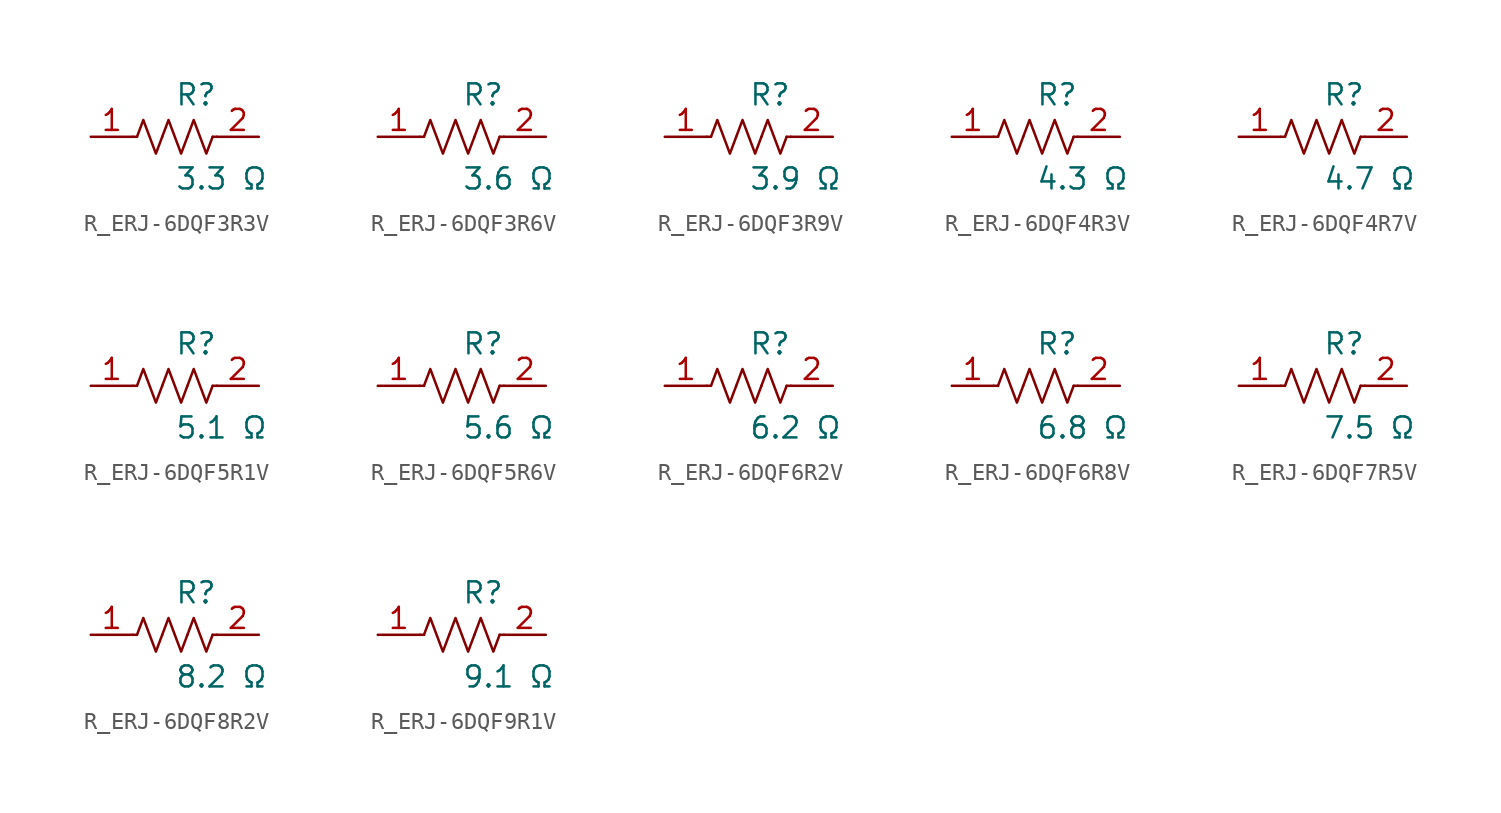
<source format=kicad_sym>
(kicad_symbol_lib
  (version 20231120)
  (generator kicad_symbol_editor)
  (generator_version 8.0)
  (symbol "R_ERJ-6DQF3R3V"
    (pin_names
      (offset 0.254))
    (property "Reference" "R"
      (at 0 2.54 0)
      (effects (font (size 1.27 1.27)) (justify left)))
    (property "Value" "3.3 Ω"
      (at 0 -2.54 0)
      (effects (font (size 1.27 1.27)) (justify left)))
    (symbol "R_ERJ-6DQF3R3V_0_1"
      (polyline (pts (xy 2.286 0) (xy 2.54 0)) (stroke (width 0) (type default)) (fill (type none)))
      (polyline (pts (xy -2.286 0) (xy -2.54 0)) (stroke (width 0) (type default)) (fill (type none)))
      (polyline (pts (xy 0.762 0) (xy 1.143 1.016) (xy 1.524 0) (xy 1.905 -1.016) (xy 2.286 0)) (stroke (width 0) (type default)) (fill (type none)))
      (polyline (pts (xy -0.762 0) (xy -0.381 1.016) (xy 0 0) (xy 0.381 -1.016) (xy 0.762 0)) (stroke (width 0) (type default)) (fill (type none)))
      (polyline (pts (xy -2.286 0) (xy -1.905 1.016) (xy -1.524 0) (xy -1.143 -1.016) (xy -0.762 0)) (stroke (width 0) (type default)) (fill (type none))))
    (pin passive line
      (at -5.08 0 0)
      (length 2.54)
      (name "" (effects (font (size 1.27 1.27))))
      (number "1" (effects (font (size 1.27 1.27)))))
    (pin passive line
      (at 5.08 0 180)
      (length 2.54)
      (name "" (effects (font (size 1.27 1.27))))
      (number "2" (effects (font (size 1.27 1.27))))))
  (symbol "R_ERJ-6DQF3R6V"
    (pin_names
      (offset 0.254))
    (property "Reference" "R"
      (at 0 2.54 0)
      (effects (font (size 1.27 1.27)) (justify left)))
    (property "Value" "3.6 Ω"
      (at 0 -2.54 0)
      (effects (font (size 1.27 1.27)) (justify left)))
    (symbol "R_ERJ-6DQF3R6V_0_1"
      (polyline (pts (xy 2.286 0) (xy 2.54 0)) (stroke (width 0) (type default)) (fill (type none)))
      (polyline (pts (xy -2.286 0) (xy -2.54 0)) (stroke (width 0) (type default)) (fill (type none)))
      (polyline (pts (xy 0.762 0) (xy 1.143 1.016) (xy 1.524 0) (xy 1.905 -1.016) (xy 2.286 0)) (stroke (width 0) (type default)) (fill (type none)))
      (polyline (pts (xy -0.762 0) (xy -0.381 1.016) (xy 0 0) (xy 0.381 -1.016) (xy 0.762 0)) (stroke (width 0) (type default)) (fill (type none)))
      (polyline (pts (xy -2.286 0) (xy -1.905 1.016) (xy -1.524 0) (xy -1.143 -1.016) (xy -0.762 0)) (stroke (width 0) (type default)) (fill (type none))))
    (pin passive line
      (at -5.08 0 0)
      (length 2.54)
      (name "" (effects (font (size 1.27 1.27))))
      (number "1" (effects (font (size 1.27 1.27)))))
    (pin passive line
      (at 5.08 0 180)
      (length 2.54)
      (name "" (effects (font (size 1.27 1.27))))
      (number "2" (effects (font (size 1.27 1.27))))))
  (symbol "R_ERJ-6DQF3R9V"
    (pin_names
      (offset 0.254))
    (property "Reference" "R"
      (at 0 2.54 0)
      (effects (font (size 1.27 1.27)) (justify left)))
    (property "Value" "3.9 Ω"
      (at 0 -2.54 0)
      (effects (font (size 1.27 1.27)) (justify left)))
    (symbol "R_ERJ-6DQF3R9V_0_1"
      (polyline (pts (xy 2.286 0) (xy 2.54 0)) (stroke (width 0) (type default)) (fill (type none)))
      (polyline (pts (xy -2.286 0) (xy -2.54 0)) (stroke (width 0) (type default)) (fill (type none)))
      (polyline (pts (xy 0.762 0) (xy 1.143 1.016) (xy 1.524 0) (xy 1.905 -1.016) (xy 2.286 0)) (stroke (width 0) (type default)) (fill (type none)))
      (polyline (pts (xy -0.762 0) (xy -0.381 1.016) (xy 0 0) (xy 0.381 -1.016) (xy 0.762 0)) (stroke (width 0) (type default)) (fill (type none)))
      (polyline (pts (xy -2.286 0) (xy -1.905 1.016) (xy -1.524 0) (xy -1.143 -1.016) (xy -0.762 0)) (stroke (width 0) (type default)) (fill (type none))))
    (pin passive line
      (at -5.08 0 0)
      (length 2.54)
      (name "" (effects (font (size 1.27 1.27))))
      (number "1" (effects (font (size 1.27 1.27)))))
    (pin passive line
      (at 5.08 0 180)
      (length 2.54)
      (name "" (effects (font (size 1.27 1.27))))
      (number "2" (effects (font (size 1.27 1.27))))))
  (symbol "R_ERJ-6DQF4R3V"
    (pin_names
      (offset 0.254))
    (property "Reference" "R"
      (at 0 2.54 0)
      (effects (font (size 1.27 1.27)) (justify left)))
    (property "Value" "4.3 Ω"
      (at 0 -2.54 0)
      (effects (font (size 1.27 1.27)) (justify left)))
    (symbol "R_ERJ-6DQF4R3V_0_1"
      (polyline (pts (xy 2.286 0) (xy 2.54 0)) (stroke (width 0) (type default)) (fill (type none)))
      (polyline (pts (xy -2.286 0) (xy -2.54 0)) (stroke (width 0) (type default)) (fill (type none)))
      (polyline (pts (xy 0.762 0) (xy 1.143 1.016) (xy 1.524 0) (xy 1.905 -1.016) (xy 2.286 0)) (stroke (width 0) (type default)) (fill (type none)))
      (polyline (pts (xy -0.762 0) (xy -0.381 1.016) (xy 0 0) (xy 0.381 -1.016) (xy 0.762 0)) (stroke (width 0) (type default)) (fill (type none)))
      (polyline (pts (xy -2.286 0) (xy -1.905 1.016) (xy -1.524 0) (xy -1.143 -1.016) (xy -0.762 0)) (stroke (width 0) (type default)) (fill (type none))))
    (pin passive line
      (at -5.08 0 0)
      (length 2.54)
      (name "" (effects (font (size 1.27 1.27))))
      (number "1" (effects (font (size 1.27 1.27)))))
    (pin passive line
      (at 5.08 0 180)
      (length 2.54)
      (name "" (effects (font (size 1.27 1.27))))
      (number "2" (effects (font (size 1.27 1.27))))))
  (symbol "R_ERJ-6DQF4R7V"
    (pin_names
      (offset 0.254))
    (property "Reference" "R"
      (at 0 2.54 0)
      (effects (font (size 1.27 1.27)) (justify left)))
    (property "Value" "4.7 Ω"
      (at 0 -2.54 0)
      (effects (font (size 1.27 1.27)) (justify left)))
    (symbol "R_ERJ-6DQF4R7V_0_1"
      (polyline (pts (xy 2.286 0) (xy 2.54 0)) (stroke (width 0) (type default)) (fill (type none)))
      (polyline (pts (xy -2.286 0) (xy -2.54 0)) (stroke (width 0) (type default)) (fill (type none)))
      (polyline (pts (xy 0.762 0) (xy 1.143 1.016) (xy 1.524 0) (xy 1.905 -1.016) (xy 2.286 0)) (stroke (width 0) (type default)) (fill (type none)))
      (polyline (pts (xy -0.762 0) (xy -0.381 1.016) (xy 0 0) (xy 0.381 -1.016) (xy 0.762 0)) (stroke (width 0) (type default)) (fill (type none)))
      (polyline (pts (xy -2.286 0) (xy -1.905 1.016) (xy -1.524 0) (xy -1.143 -1.016) (xy -0.762 0)) (stroke (width 0) (type default)) (fill (type none))))
    (pin passive line
      (at -5.08 0 0)
      (length 2.54)
      (name "" (effects (font (size 1.27 1.27))))
      (number "1" (effects (font (size 1.27 1.27)))))
    (pin passive line
      (at 5.08 0 180)
      (length 2.54)
      (name "" (effects (font (size 1.27 1.27))))
      (number "2" (effects (font (size 1.27 1.27))))))
  (symbol "R_ERJ-6DQF5R1V"
    (pin_names
      (offset 0.254))
    (property "Reference" "R"
      (at 0 2.54 0)
      (effects (font (size 1.27 1.27)) (justify left)))
    (property "Value" "5.1 Ω"
      (at 0 -2.54 0)
      (effects (font (size 1.27 1.27)) (justify left)))
    (symbol "R_ERJ-6DQF5R1V_0_1"
      (polyline (pts (xy 2.286 0) (xy 2.54 0)) (stroke (width 0) (type default)) (fill (type none)))
      (polyline (pts (xy -2.286 0) (xy -2.54 0)) (stroke (width 0) (type default)) (fill (type none)))
      (polyline (pts (xy 0.762 0) (xy 1.143 1.016) (xy 1.524 0) (xy 1.905 -1.016) (xy 2.286 0)) (stroke (width 0) (type default)) (fill (type none)))
      (polyline (pts (xy -0.762 0) (xy -0.381 1.016) (xy 0 0) (xy 0.381 -1.016) (xy 0.762 0)) (stroke (width 0) (type default)) (fill (type none)))
      (polyline (pts (xy -2.286 0) (xy -1.905 1.016) (xy -1.524 0) (xy -1.143 -1.016) (xy -0.762 0)) (stroke (width 0) (type default)) (fill (type none))))
    (pin passive line
      (at -5.08 0 0)
      (length 2.54)
      (name "" (effects (font (size 1.27 1.27))))
      (number "1" (effects (font (size 1.27 1.27)))))
    (pin passive line
      (at 5.08 0 180)
      (length 2.54)
      (name "" (effects (font (size 1.27 1.27))))
      (number "2" (effects (font (size 1.27 1.27))))))
  (symbol "R_ERJ-6DQF5R6V"
    (pin_names
      (offset 0.254))
    (property "Reference" "R"
      (at 0 2.54 0)
      (effects (font (size 1.27 1.27)) (justify left)))
    (property "Value" "5.6 Ω"
      (at 0 -2.54 0)
      (effects (font (size 1.27 1.27)) (justify left)))
    (symbol "R_ERJ-6DQF5R6V_0_1"
      (polyline (pts (xy 2.286 0) (xy 2.54 0)) (stroke (width 0) (type default)) (fill (type none)))
      (polyline (pts (xy -2.286 0) (xy -2.54 0)) (stroke (width 0) (type default)) (fill (type none)))
      (polyline (pts (xy 0.762 0) (xy 1.143 1.016) (xy 1.524 0) (xy 1.905 -1.016) (xy 2.286 0)) (stroke (width 0) (type default)) (fill (type none)))
      (polyline (pts (xy -0.762 0) (xy -0.381 1.016) (xy 0 0) (xy 0.381 -1.016) (xy 0.762 0)) (stroke (width 0) (type default)) (fill (type none)))
      (polyline (pts (xy -2.286 0) (xy -1.905 1.016) (xy -1.524 0) (xy -1.143 -1.016) (xy -0.762 0)) (stroke (width 0) (type default)) (fill (type none))))
    (pin passive line
      (at -5.08 0 0)
      (length 2.54)
      (name "" (effects (font (size 1.27 1.27))))
      (number "1" (effects (font (size 1.27 1.27)))))
    (pin passive line
      (at 5.08 0 180)
      (length 2.54)
      (name "" (effects (font (size 1.27 1.27))))
      (number "2" (effects (font (size 1.27 1.27))))))
  (symbol "R_ERJ-6DQF6R2V"
    (pin_names
      (offset 0.254))
    (property "Reference" "R"
      (at 0 2.54 0)
      (effects (font (size 1.27 1.27)) (justify left)))
    (property "Value" "6.2 Ω"
      (at 0 -2.54 0)
      (effects (font (size 1.27 1.27)) (justify left)))
    (symbol "R_ERJ-6DQF6R2V_0_1"
      (polyline (pts (xy 2.286 0) (xy 2.54 0)) (stroke (width 0) (type default)) (fill (type none)))
      (polyline (pts (xy -2.286 0) (xy -2.54 0)) (stroke (width 0) (type default)) (fill (type none)))
      (polyline (pts (xy 0.762 0) (xy 1.143 1.016) (xy 1.524 0) (xy 1.905 -1.016) (xy 2.286 0)) (stroke (width 0) (type default)) (fill (type none)))
      (polyline (pts (xy -0.762 0) (xy -0.381 1.016) (xy 0 0) (xy 0.381 -1.016) (xy 0.762 0)) (stroke (width 0) (type default)) (fill (type none)))
      (polyline (pts (xy -2.286 0) (xy -1.905 1.016) (xy -1.524 0) (xy -1.143 -1.016) (xy -0.762 0)) (stroke (width 0) (type default)) (fill (type none))))
    (pin passive line
      (at -5.08 0 0)
      (length 2.54)
      (name "" (effects (font (size 1.27 1.27))))
      (number "1" (effects (font (size 1.27 1.27)))))
    (pin passive line
      (at 5.08 0 180)
      (length 2.54)
      (name "" (effects (font (size 1.27 1.27))))
      (number "2" (effects (font (size 1.27 1.27))))))
  (symbol "R_ERJ-6DQF6R8V"
    (pin_names
      (offset 0.254))
    (property "Reference" "R"
      (at 0 2.54 0)
      (effects (font (size 1.27 1.27)) (justify left)))
    (property "Value" "6.8 Ω"
      (at 0 -2.54 0)
      (effects (font (size 1.27 1.27)) (justify left)))
    (symbol "R_ERJ-6DQF6R8V_0_1"
      (polyline (pts (xy 2.286 0) (xy 2.54 0)) (stroke (width 0) (type default)) (fill (type none)))
      (polyline (pts (xy -2.286 0) (xy -2.54 0)) (stroke (width 0) (type default)) (fill (type none)))
      (polyline (pts (xy 0.762 0) (xy 1.143 1.016) (xy 1.524 0) (xy 1.905 -1.016) (xy 2.286 0)) (stroke (width 0) (type default)) (fill (type none)))
      (polyline (pts (xy -0.762 0) (xy -0.381 1.016) (xy 0 0) (xy 0.381 -1.016) (xy 0.762 0)) (stroke (width 0) (type default)) (fill (type none)))
      (polyline (pts (xy -2.286 0) (xy -1.905 1.016) (xy -1.524 0) (xy -1.143 -1.016) (xy -0.762 0)) (stroke (width 0) (type default)) (fill (type none))))
    (pin passive line
      (at -5.08 0 0)
      (length 2.54)
      (name "" (effects (font (size 1.27 1.27))))
      (number "1" (effects (font (size 1.27 1.27)))))
    (pin passive line
      (at 5.08 0 180)
      (length 2.54)
      (name "" (effects (font (size 1.27 1.27))))
      (number "2" (effects (font (size 1.27 1.27))))))
  (symbol "R_ERJ-6DQF7R5V"
    (pin_names
      (offset 0.254))
    (property "Reference" "R"
      (at 0 2.54 0)
      (effects (font (size 1.27 1.27)) (justify left)))
    (property "Value" "7.5 Ω"
      (at 0 -2.54 0)
      (effects (font (size 1.27 1.27)) (justify left)))
    (symbol "R_ERJ-6DQF7R5V_0_1"
      (polyline (pts (xy 2.286 0) (xy 2.54 0)) (stroke (width 0) (type default)) (fill (type none)))
      (polyline (pts (xy -2.286 0) (xy -2.54 0)) (stroke (width 0) (type default)) (fill (type none)))
      (polyline (pts (xy 0.762 0) (xy 1.143 1.016) (xy 1.524 0) (xy 1.905 -1.016) (xy 2.286 0)) (stroke (width 0) (type default)) (fill (type none)))
      (polyline (pts (xy -0.762 0) (xy -0.381 1.016) (xy 0 0) (xy 0.381 -1.016) (xy 0.762 0)) (stroke (width 0) (type default)) (fill (type none)))
      (polyline (pts (xy -2.286 0) (xy -1.905 1.016) (xy -1.524 0) (xy -1.143 -1.016) (xy -0.762 0)) (stroke (width 0) (type default)) (fill (type none))))
    (pin passive line
      (at -5.08 0 0)
      (length 2.54)
      (name "" (effects (font (size 1.27 1.27))))
      (number "1" (effects (font (size 1.27 1.27)))))
    (pin passive line
      (at 5.08 0 180)
      (length 2.54)
      (name "" (effects (font (size 1.27 1.27))))
      (number "2" (effects (font (size 1.27 1.27))))))
  (symbol "R_ERJ-6DQF8R2V"
    (pin_names
      (offset 0.254))
    (property "Reference" "R"
      (at 0 2.54 0)
      (effects (font (size 1.27 1.27)) (justify left)))
    (property "Value" "8.2 Ω"
      (at 0 -2.54 0)
      (effects (font (size 1.27 1.27)) (justify left)))
    (symbol "R_ERJ-6DQF8R2V_0_1"
      (polyline (pts (xy 2.286 0) (xy 2.54 0)) (stroke (width 0) (type default)) (fill (type none)))
      (polyline (pts (xy -2.286 0) (xy -2.54 0)) (stroke (width 0) (type default)) (fill (type none)))
      (polyline (pts (xy 0.762 0) (xy 1.143 1.016) (xy 1.524 0) (xy 1.905 -1.016) (xy 2.286 0)) (stroke (width 0) (type default)) (fill (type none)))
      (polyline (pts (xy -0.762 0) (xy -0.381 1.016) (xy 0 0) (xy 0.381 -1.016) (xy 0.762 0)) (stroke (width 0) (type default)) (fill (type none)))
      (polyline (pts (xy -2.286 0) (xy -1.905 1.016) (xy -1.524 0) (xy -1.143 -1.016) (xy -0.762 0)) (stroke (width 0) (type default)) (fill (type none))))
    (pin passive line
      (at -5.08 0 0)
      (length 2.54)
      (name "" (effects (font (size 1.27 1.27))))
      (number "1" (effects (font (size 1.27 1.27)))))
    (pin passive line
      (at 5.08 0 180)
      (length 2.54)
      (name "" (effects (font (size 1.27 1.27))))
      (number "2" (effects (font (size 1.27 1.27))))))
  (symbol "R_ERJ-6DQF9R1V"
    (pin_names
      (offset 0.254))
    (property "Reference" "R"
      (at 0 2.54 0)
      (effects (font (size 1.27 1.27)) (justify left)))
    (property "Value" "9.1 Ω"
      (at 0 -2.54 0)
      (effects (font (size 1.27 1.27)) (justify left)))
    (symbol "R_ERJ-6DQF9R1V_0_1"
      (polyline (pts (xy 2.286 0) (xy 2.54 0)) (stroke (width 0) (type default)) (fill (type none)))
      (polyline (pts (xy -2.286 0) (xy -2.54 0)) (stroke (width 0) (type default)) (fill (type none)))
      (polyline (pts (xy 0.762 0) (xy 1.143 1.016) (xy 1.524 0) (xy 1.905 -1.016) (xy 2.286 0)) (stroke (width 0) (type default)) (fill (type none)))
      (polyline (pts (xy -0.762 0) (xy -0.381 1.016) (xy 0 0) (xy 0.381 -1.016) (xy 0.762 0)) (stroke (width 0) (type default)) (fill (type none)))
      (polyline (pts (xy -2.286 0) (xy -1.905 1.016) (xy -1.524 0) (xy -1.143 -1.016) (xy -0.762 0)) (stroke (width 0) (type default)) (fill (type none))))
    (pin passive line
      (at -5.08 0 0)
      (length 2.54)
      (name "" (effects (font (size 1.27 1.27))))
      (number "1" (effects (font (size 1.27 1.27)))))
    (pin passive line
      (at 5.08 0 180)
      (length 2.54)
      (name "" (effects (font (size 1.27 1.27))))
      (number "2" (effects (font (size 1.27 1.27)))))))
</source>
